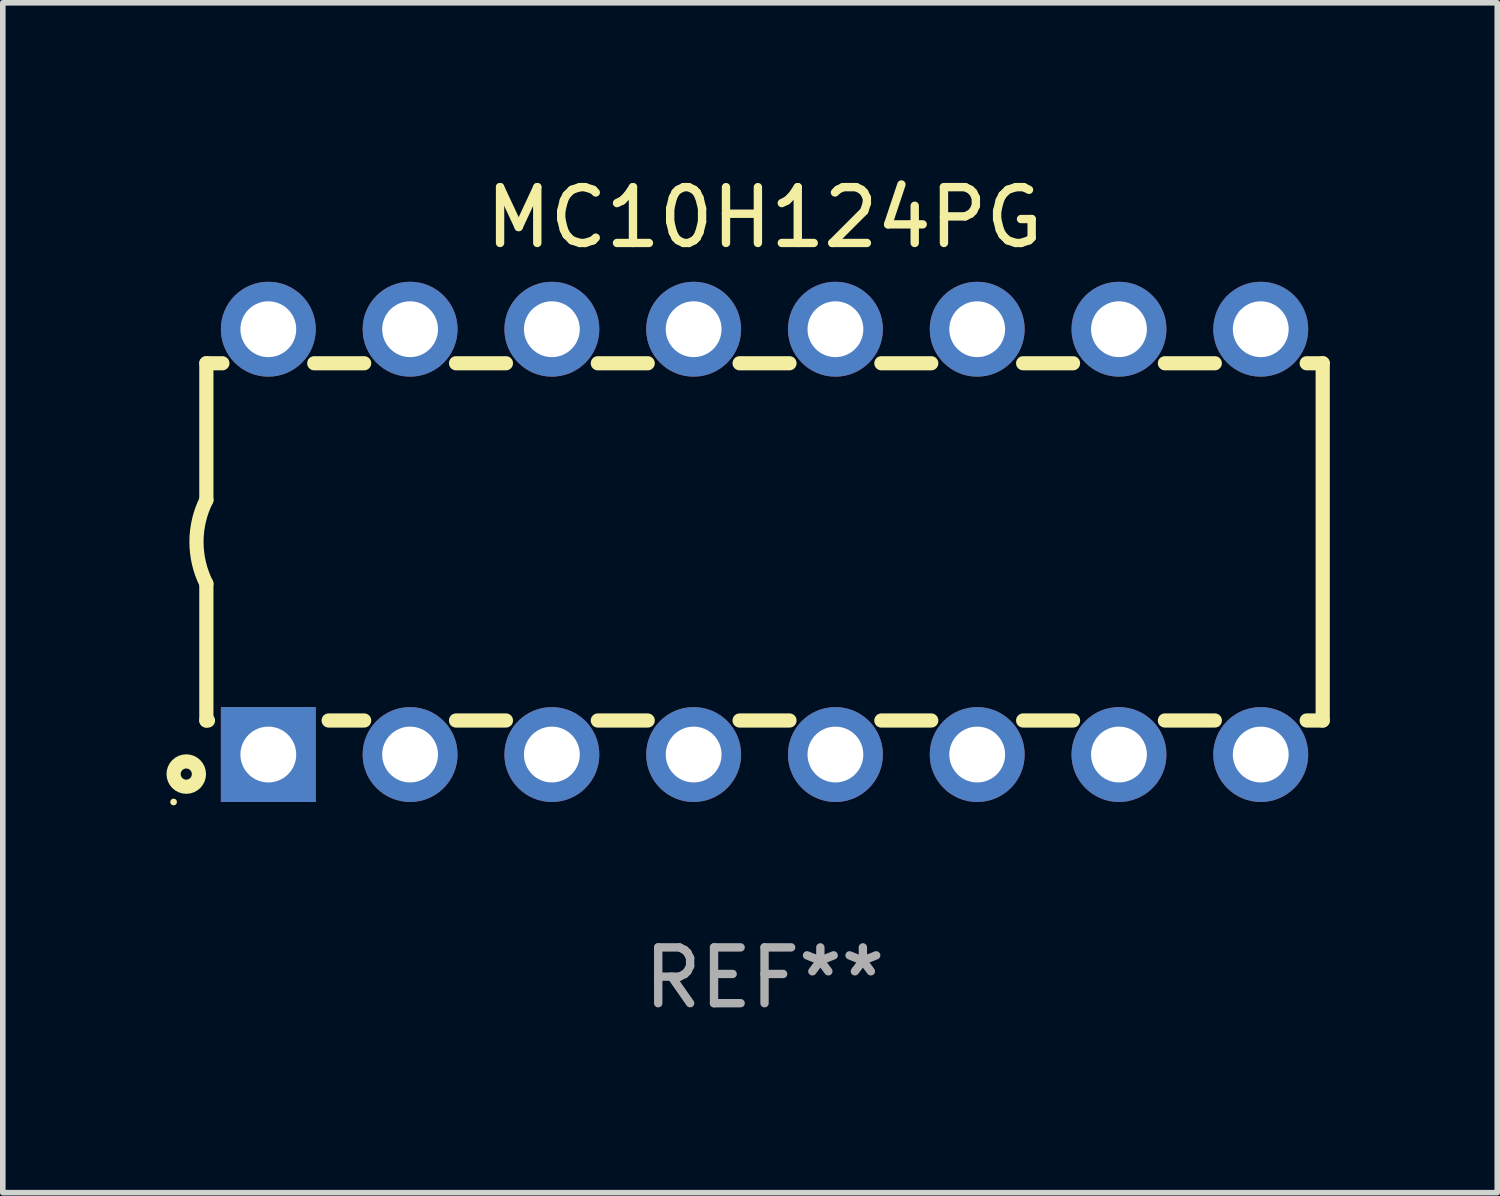
<source format=kicad_pcb>
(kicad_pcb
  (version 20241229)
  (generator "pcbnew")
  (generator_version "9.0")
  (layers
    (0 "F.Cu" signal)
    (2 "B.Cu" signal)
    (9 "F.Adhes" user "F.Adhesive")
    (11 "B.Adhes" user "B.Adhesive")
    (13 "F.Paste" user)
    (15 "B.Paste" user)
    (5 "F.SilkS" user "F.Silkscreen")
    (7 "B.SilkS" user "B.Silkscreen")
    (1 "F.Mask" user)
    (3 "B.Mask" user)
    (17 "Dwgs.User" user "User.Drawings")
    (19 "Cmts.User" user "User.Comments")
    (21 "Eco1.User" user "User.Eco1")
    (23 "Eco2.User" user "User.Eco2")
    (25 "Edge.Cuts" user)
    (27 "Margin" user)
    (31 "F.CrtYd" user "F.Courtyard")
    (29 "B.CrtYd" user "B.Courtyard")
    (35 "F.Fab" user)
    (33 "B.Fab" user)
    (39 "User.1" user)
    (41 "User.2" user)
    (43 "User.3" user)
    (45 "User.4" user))
  (footprint "MC10H124PG"
    (layer "F.Cu")
    (at 10.647 6.658)
    (property "Reference" "MC10H124PG" (at 0 -5.81 0) (layer "F.SilkS") (effects (font (size 1 1) (thickness 0.15))))
    (attr through_hole)
    (fp_line (start -10 -3.2) (end -10 -0.75) (stroke (width 0.254) (type solid)) (layer "F.SilkS"))
    (fp_line (start -10 -3.2) (end -9.713 -3.2) (stroke (width 0.254) (type solid)) (layer "F.SilkS"))
    (fp_line (start -10 3.2) (end -10 0.75) (stroke (width 0.254) (type solid)) (layer "F.SilkS"))
    (fp_line (start -10 3.2) (end -9.971 3.2) (stroke (width 0.254) (type solid)) (layer "F.SilkS"))
    (fp_line (start -8.067 -3.2) (end -7.173 -3.2) (stroke (width 0.254) (type solid)) (layer "F.SilkS"))
    (fp_line (start -7.809 3.2) (end -7.173 3.2) (stroke (width 0.254) (type solid)) (layer "F.SilkS"))
    (fp_line (start -5.527 3.2) (end -4.633 3.2) (stroke (width 0.254) (type solid)) (layer "F.SilkS"))
    (fp_line (start -5.527 -3.2) (end -4.633 -3.2) (stroke (width 0.254) (type solid)) (layer "F.SilkS"))
    (fp_line (start -2.987 3.2) (end -2.093 3.2) (stroke (width 0.254) (type solid)) (layer "F.SilkS"))
    (fp_line (start -2.987 -3.2) (end -2.093 -3.2) (stroke (width 0.254) (type solid)) (layer "F.SilkS"))
    (fp_line (start -0.447 3.2) (end 0.447 3.2) (stroke (width 0.254) (type solid)) (layer "F.SilkS"))
    (fp_line (start -0.447 -3.2) (end 0.447 -3.2) (stroke (width 0.254) (type solid)) (layer "F.SilkS"))
    (fp_line (start 2.093 3.2) (end 2.987 3.2) (stroke (width 0.254) (type solid)) (layer "F.SilkS"))
    (fp_line (start 2.093 -3.2) (end 2.987 -3.2) (stroke (width 0.254) (type solid)) (layer "F.SilkS"))
    (fp_line (start 4.633 3.2) (end 5.527 3.2) (stroke (width 0.254) (type solid)) (layer "F.SilkS"))
    (fp_line (start 4.633 -3.2) (end 5.527 -3.2) (stroke (width 0.254) (type solid)) (layer "F.SilkS"))
    (fp_line (start 7.173 3.2) (end 8.067 3.2) (stroke (width 0.254) (type solid)) (layer "F.SilkS"))
    (fp_line (start 7.173 -3.2) (end 8.067 -3.2) (stroke (width 0.254) (type solid)) (layer "F.SilkS"))
    (fp_line (start 9.713 3.2) (end 10 3.2) (stroke (width 0.254) (type solid)) (layer "F.SilkS"))
    (fp_line (start 9.713 -3.2) (end 10 -3.2) (stroke (width 0.254) (type solid)) (layer "F.SilkS"))
    (fp_line (start 10 -3.2) (end 10 3.2) (stroke (width 0.254) (type solid)) (layer "F.SilkS"))
    (fp_arc (start -10 0.748793) (mid -10.176918 -0.000607) (end -10.000025 -0.750013) (stroke (width 0.254001) (type solid)) (layer "F.SilkS"))
    (fp_circle (center -10.587 4.66) (end -10.557 4.66) (stroke (width 0.06) (type solid)) (fill no) (layer "F.SilkS"))
    (fp_circle (center -10.36 4.16) (end -10.26 4.16) (stroke (width 0.254) (type solid)) (fill no) (layer "F.SilkS"))
    (fp_text user "REF**" (at 0 7.81 0) (layer "F.Fab") (effects (font (size 1 1) (thickness 0.15))))
    (pad "1" thru_hole rect (at -8.89 3.81 90) (size 1.7 1.7) (drill 1) (layers "*.Cu" "*.Mask"))
    (pad "2" thru_hole circle (at -6.35 3.81) (size 1.7 1.7) (drill 1) (layers "*.Cu" "*.Mask"))
    (pad "3" thru_hole circle (at -3.81 3.81) (size 1.7 1.7) (drill 1) (layers "*.Cu" "*.Mask"))
    (pad "4" thru_hole circle (at -1.27 3.81) (size 1.7 1.7) (drill 1) (layers "*.Cu" "*.Mask"))
    (pad "5" thru_hole circle (at 1.27 3.81) (size 1.7 1.7) (drill 1) (layers "*.Cu" "*.Mask"))
    (pad "6" thru_hole circle (at 3.81 3.81) (size 1.7 1.7) (drill 1) (layers "*.Cu" "*.Mask"))
    (pad "7" thru_hole circle (at 6.35 3.81) (size 1.7 1.7) (drill 1) (layers "*.Cu" "*.Mask"))
    (pad "8" thru_hole circle (at 8.89 3.81) (size 1.7 1.7) (drill 1) (layers "*.Cu" "*.Mask"))
    (pad "9" thru_hole circle (at 8.89 -3.81) (size 1.7 1.7) (drill 1) (layers "*.Cu" "*.Mask"))
    (pad "10" thru_hole circle (at 6.35 -3.81) (size 1.7 1.7) (drill 1) (layers "*.Cu" "*.Mask"))
    (pad "11" thru_hole circle (at 3.81 -3.81) (size 1.7 1.7) (drill 1) (layers "*.Cu" "*.Mask"))
    (pad "12" thru_hole circle (at 1.27 -3.81) (size 1.7 1.7) (drill 1) (layers "*.Cu" "*.Mask"))
    (pad "13" thru_hole circle (at -1.27 -3.81) (size 1.7 1.7) (drill 1) (layers "*.Cu" "*.Mask"))
    (pad "14" thru_hole circle (at -3.81 -3.81) (size 1.7 1.7) (drill 1) (layers "*.Cu" "*.Mask"))
    (pad "15" thru_hole circle (at -6.35 -3.81) (size 1.7 1.7) (drill 1) (layers "*.Cu" "*.Mask"))
    (pad "16" thru_hole circle (at -8.89 -3.81) (size 1.7 1.7) (drill 1) (layers "*.Cu" "*.Mask")))
  (gr_rect
    (start -3 -3)
    (end 23.774 18.317)
    (stroke (width 0.1) (type default))
    (fill no)
    (layer "Edge.Cuts")))
</source>
